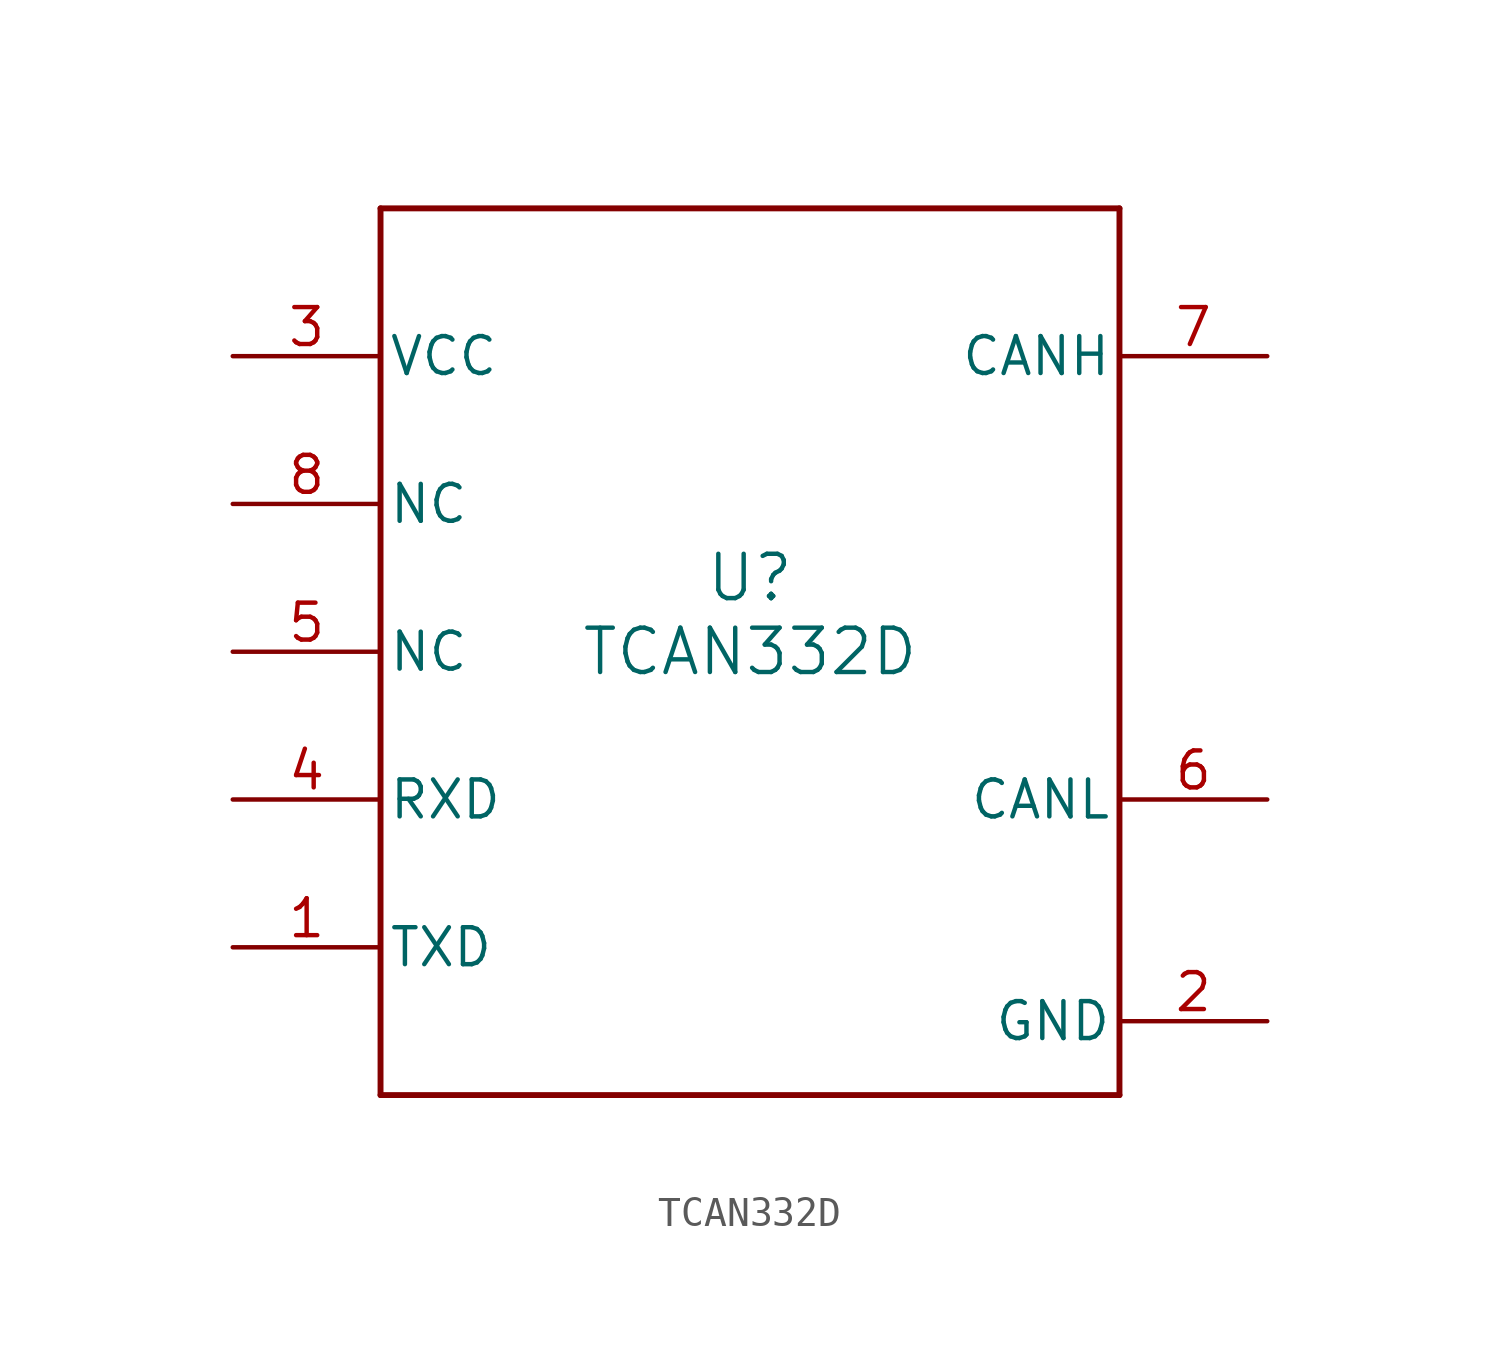
<source format=kicad_sym>
(kicad_symbol_lib
  (version 20211014)
  (generator kicad_symbol_editor)
  (symbol "TCAN332D"
    (pin_names
      (offset 0.254))
    (property "Reference" "U"
      (at 0 2.54 0)
      (effects (font (size 1.524 1.524))))
    (property "Value" "TCAN332D"
      (at 0 0 0)
      (effects (font (size 1.524 1.524))))
    (symbol "TCAN332D_0_1"
      (polyline (pts (xy -12.7 -15.24) (xy 12.7 -15.24)) (stroke (width 0.203) (type default) (color 0 0 0 0)) (fill (type none)))
      (polyline (pts (xy 12.7 -15.24) (xy 12.7 15.24)) (stroke (width 0.203) (type default) (color 0 0 0 0)) (fill (type none)))
      (polyline (pts (xy 12.7 15.24) (xy -12.7 15.24)) (stroke (width 0.203) (type default) (color 0 0 0 0)) (fill (type none)))
      (polyline (pts (xy -12.7 15.24) (xy -12.7 -15.24)) (stroke (width 0.203) (type default) (color 0 0 0 0)) (fill (type none)))
      (pin input line (at -17.78 -10.16 0) (length 5.08) (name "TXD" (effects (font (size 1.27 1.27)))) (number "1" (effects (font (size 1.27 1.27)))))
      (pin power_in line (at 17.78 -12.7 180) (length 5.08) (name "GND" (effects (font (size 1.27 1.27)))) (number "2" (effects (font (size 1.27 1.27)))))
      (pin power_in line (at -17.78 10.16 0) (length 5.08) (name "VCC" (effects (font (size 1.27 1.27)))) (number "3" (effects (font (size 1.27 1.27)))))
      (pin output line (at -17.78 -5.08 0) (length 5.08) (name "RXD" (effects (font (size 1.27 1.27)))) (number "4" (effects (font (size 1.27 1.27)))))
      (pin unspecified line (at -17.78 0 0) (length 5.08) (name "NC" (effects (font (size 1.27 1.27)))) (number "5" (effects (font (size 1.27 1.27)))))
      (pin bidirectional line (at 17.78 -5.08 180) (length 5.08) (name "CANL" (effects (font (size 1.27 1.27)))) (number "6" (effects (font (size 1.27 1.27)))))
      (pin bidirectional line (at 17.78 10.16 180) (length 5.08) (name "CANH" (effects (font (size 1.27 1.27)))) (number "7" (effects (font (size 1.27 1.27)))))
      (pin unspecified line (at -17.78 5.08 0) (length 5.08) (name "NC" (effects (font (size 1.27 1.27)))) (number "8" (effects (font (size 1.27 1.27))))))))
</source>
